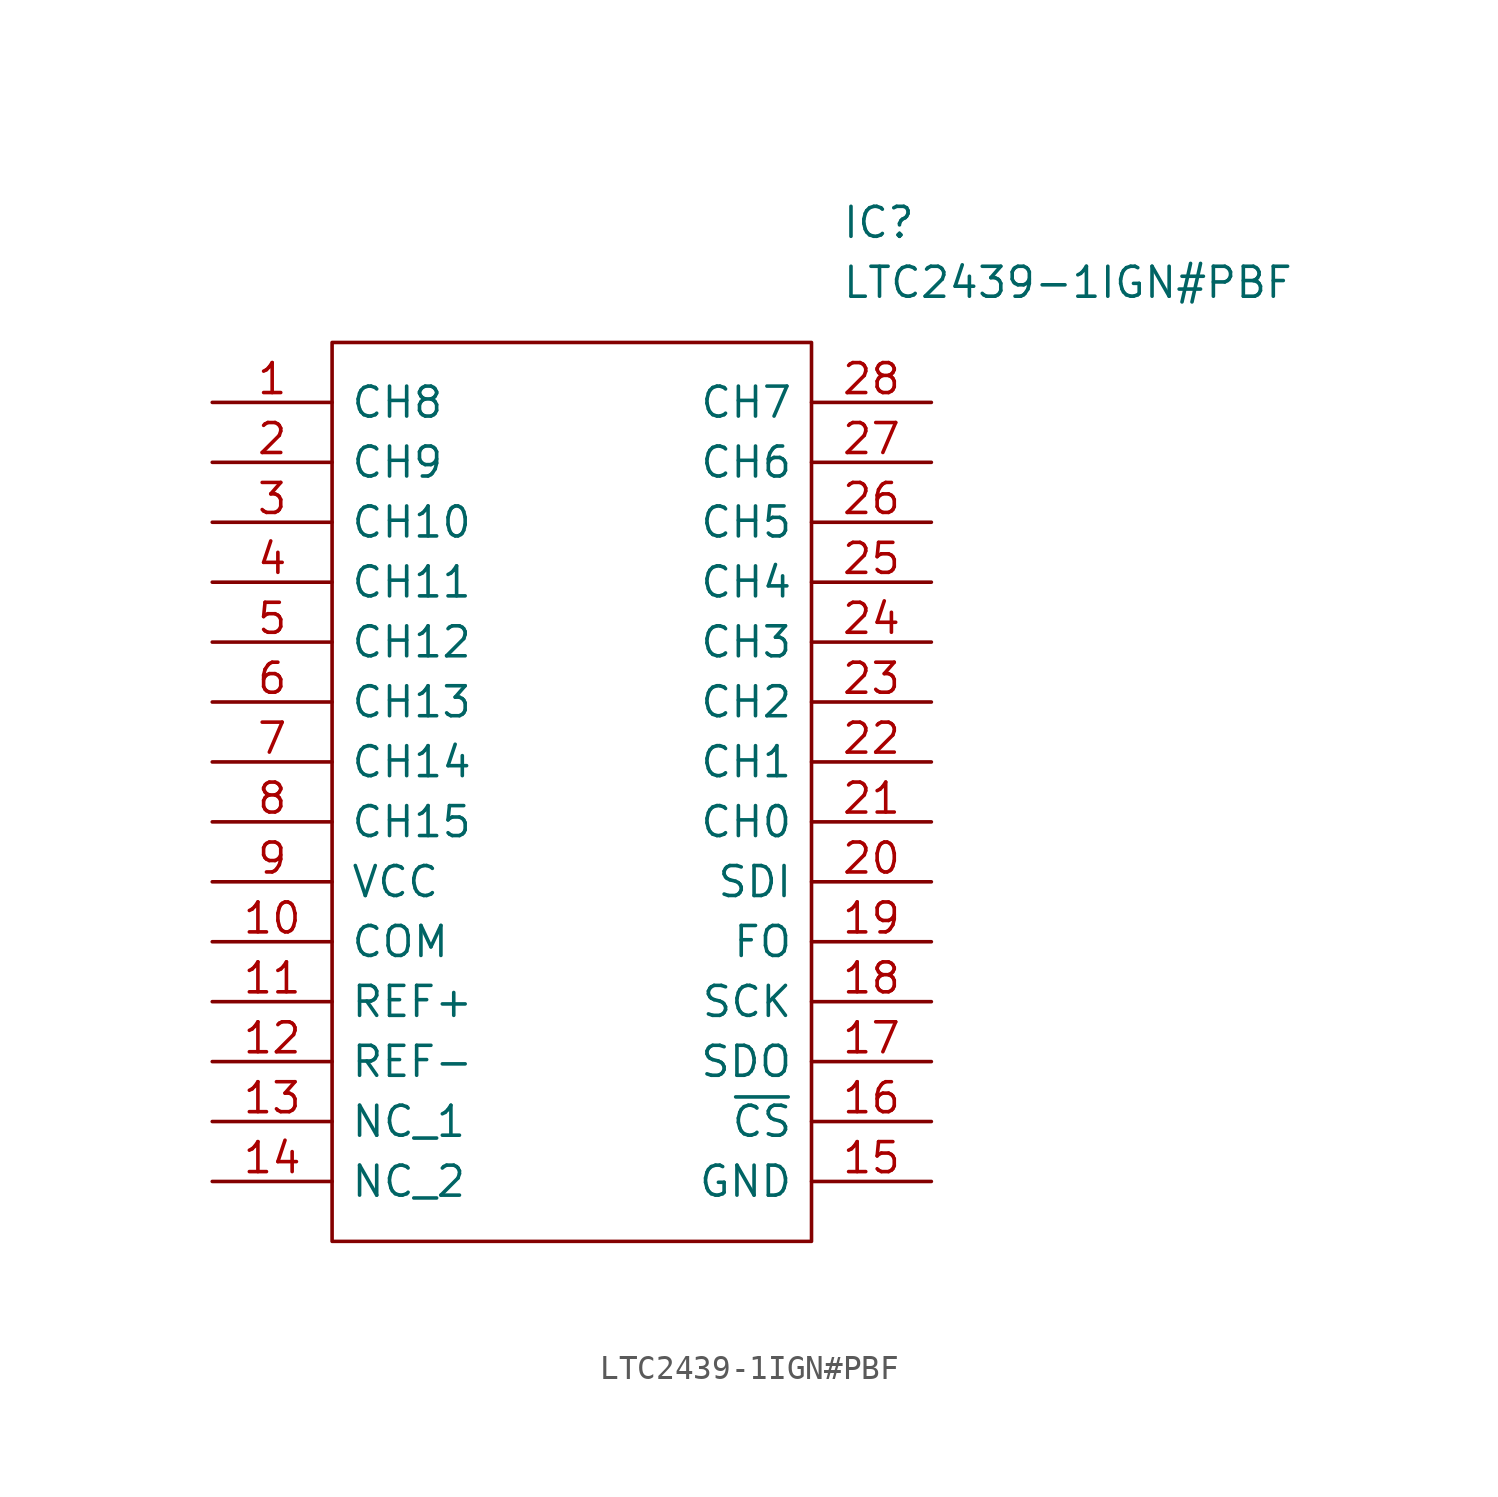
<source format=kicad_sym>
(kicad_symbol_lib
  (version 20220914)
  (generator kicad_symbol_editor)
  (symbol "LTC2439-1IGN#PBF"
    (pin_names
      (offset 0.762))
    (property "Reference" "IC"
      (at 26.67 7.62 0)
      (effects (font (size 1.27 1.27)) (justify left)))
    (property "Value" "LTC2439-1IGN#PBF"
      (at 26.67 5.08 0)
      (effects (font (size 1.27 1.27)) (justify left)))
    (symbol "LTC2439-1IGN#PBF_0_0"
      (pin passive line (at 0 0 0) (length 5.08) (name "CH8" (effects (font (size 1.27 1.27)))) (number "1" (effects (font (size 1.27 1.27)))))
      (pin passive line (at 0 -22.86 0) (length 5.08) (name "COM" (effects (font (size 1.27 1.27)))) (number "10" (effects (font (size 1.27 1.27)))))
      (pin passive line (at 0 -25.4 0) (length 5.08) (name "REF+" (effects (font (size 1.27 1.27)))) (number "11" (effects (font (size 1.27 1.27)))))
      (pin passive line (at 0 -27.94 0) (length 5.08) (name "REF-" (effects (font (size 1.27 1.27)))) (number "12" (effects (font (size 1.27 1.27)))))
      (pin passive line (at 0 -30.48 0) (length 5.08) (name "NC_1" (effects (font (size 1.27 1.27)))) (number "13" (effects (font (size 1.27 1.27)))))
      (pin passive line (at 0 -33.02 0) (length 5.08) (name "NC_2" (effects (font (size 1.27 1.27)))) (number "14" (effects (font (size 1.27 1.27)))))
      (pin passive line (at 30.48 -33.02 180) (length 5.08) (name "GND" (effects (font (size 1.27 1.27)))) (number "15" (effects (font (size 1.27 1.27)))))
      (pin passive line (at 30.48 -30.48 180) (length 5.08) (name "~{CS}" (effects (font (size 1.27 1.27)))) (number "16" (effects (font (size 1.27 1.27)))))
      (pin passive line (at 30.48 -27.94 180) (length 5.08) (name "SDO" (effects (font (size 1.27 1.27)))) (number "17" (effects (font (size 1.27 1.27)))))
      (pin passive line (at 30.48 -25.4 180) (length 5.08) (name "SCK" (effects (font (size 1.27 1.27)))) (number "18" (effects (font (size 1.27 1.27)))))
      (pin passive line (at 30.48 -22.86 180) (length 5.08) (name "FO" (effects (font (size 1.27 1.27)))) (number "19" (effects (font (size 1.27 1.27)))))
      (pin passive line (at 0 -2.54 0) (length 5.08) (name "CH9" (effects (font (size 1.27 1.27)))) (number "2" (effects (font (size 1.27 1.27)))))
      (pin passive line (at 30.48 -20.32 180) (length 5.08) (name "SDI" (effects (font (size 1.27 1.27)))) (number "20" (effects (font (size 1.27 1.27)))))
      (pin passive line (at 30.48 -17.78 180) (length 5.08) (name "CH0" (effects (font (size 1.27 1.27)))) (number "21" (effects (font (size 1.27 1.27)))))
      (pin passive line (at 30.48 -15.24 180) (length 5.08) (name "CH1" (effects (font (size 1.27 1.27)))) (number "22" (effects (font (size 1.27 1.27)))))
      (pin passive line (at 30.48 -12.7 180) (length 5.08) (name "CH2" (effects (font (size 1.27 1.27)))) (number "23" (effects (font (size 1.27 1.27)))))
      (pin passive line (at 30.48 -10.16 180) (length 5.08) (name "CH3" (effects (font (size 1.27 1.27)))) (number "24" (effects (font (size 1.27 1.27)))))
      (pin passive line (at 30.48 -7.62 180) (length 5.08) (name "CH4" (effects (font (size 1.27 1.27)))) (number "25" (effects (font (size 1.27 1.27)))))
      (pin passive line (at 30.48 -5.08 180) (length 5.08) (name "CH5" (effects (font (size 1.27 1.27)))) (number "26" (effects (font (size 1.27 1.27)))))
      (pin passive line (at 30.48 -2.54 180) (length 5.08) (name "CH6" (effects (font (size 1.27 1.27)))) (number "27" (effects (font (size 1.27 1.27)))))
      (pin passive line (at 30.48 0 180) (length 5.08) (name "CH7" (effects (font (size 1.27 1.27)))) (number "28" (effects (font (size 1.27 1.27)))))
      (pin passive line (at 0 -5.08 0) (length 5.08) (name "CH10" (effects (font (size 1.27 1.27)))) (number "3" (effects (font (size 1.27 1.27)))))
      (pin passive line (at 0 -7.62 0) (length 5.08) (name "CH11" (effects (font (size 1.27 1.27)))) (number "4" (effects (font (size 1.27 1.27)))))
      (pin passive line (at 0 -10.16 0) (length 5.08) (name "CH12" (effects (font (size 1.27 1.27)))) (number "5" (effects (font (size 1.27 1.27)))))
      (pin passive line (at 0 -12.7 0) (length 5.08) (name "CH13" (effects (font (size 1.27 1.27)))) (number "6" (effects (font (size 1.27 1.27)))))
      (pin passive line (at 0 -15.24 0) (length 5.08) (name "CH14" (effects (font (size 1.27 1.27)))) (number "7" (effects (font (size 1.27 1.27)))))
      (pin passive line (at 0 -17.78 0) (length 5.08) (name "CH15" (effects (font (size 1.27 1.27)))) (number "8" (effects (font (size 1.27 1.27)))))
      (pin passive line (at 0 -20.32 0) (length 5.08) (name "VCC" (effects (font (size 1.27 1.27)))) (number "9" (effects (font (size 1.27 1.27))))))
    (symbol "LTC2439-1IGN#PBF_0_1"
      (polyline (pts (xy 5.08 2.54) (xy 25.4 2.54) (xy 25.4 -35.56) (xy 5.08 -35.56) (xy 5.08 2.54)) (stroke (width 0.152) (type solid)) (fill (type none))))))
</source>
